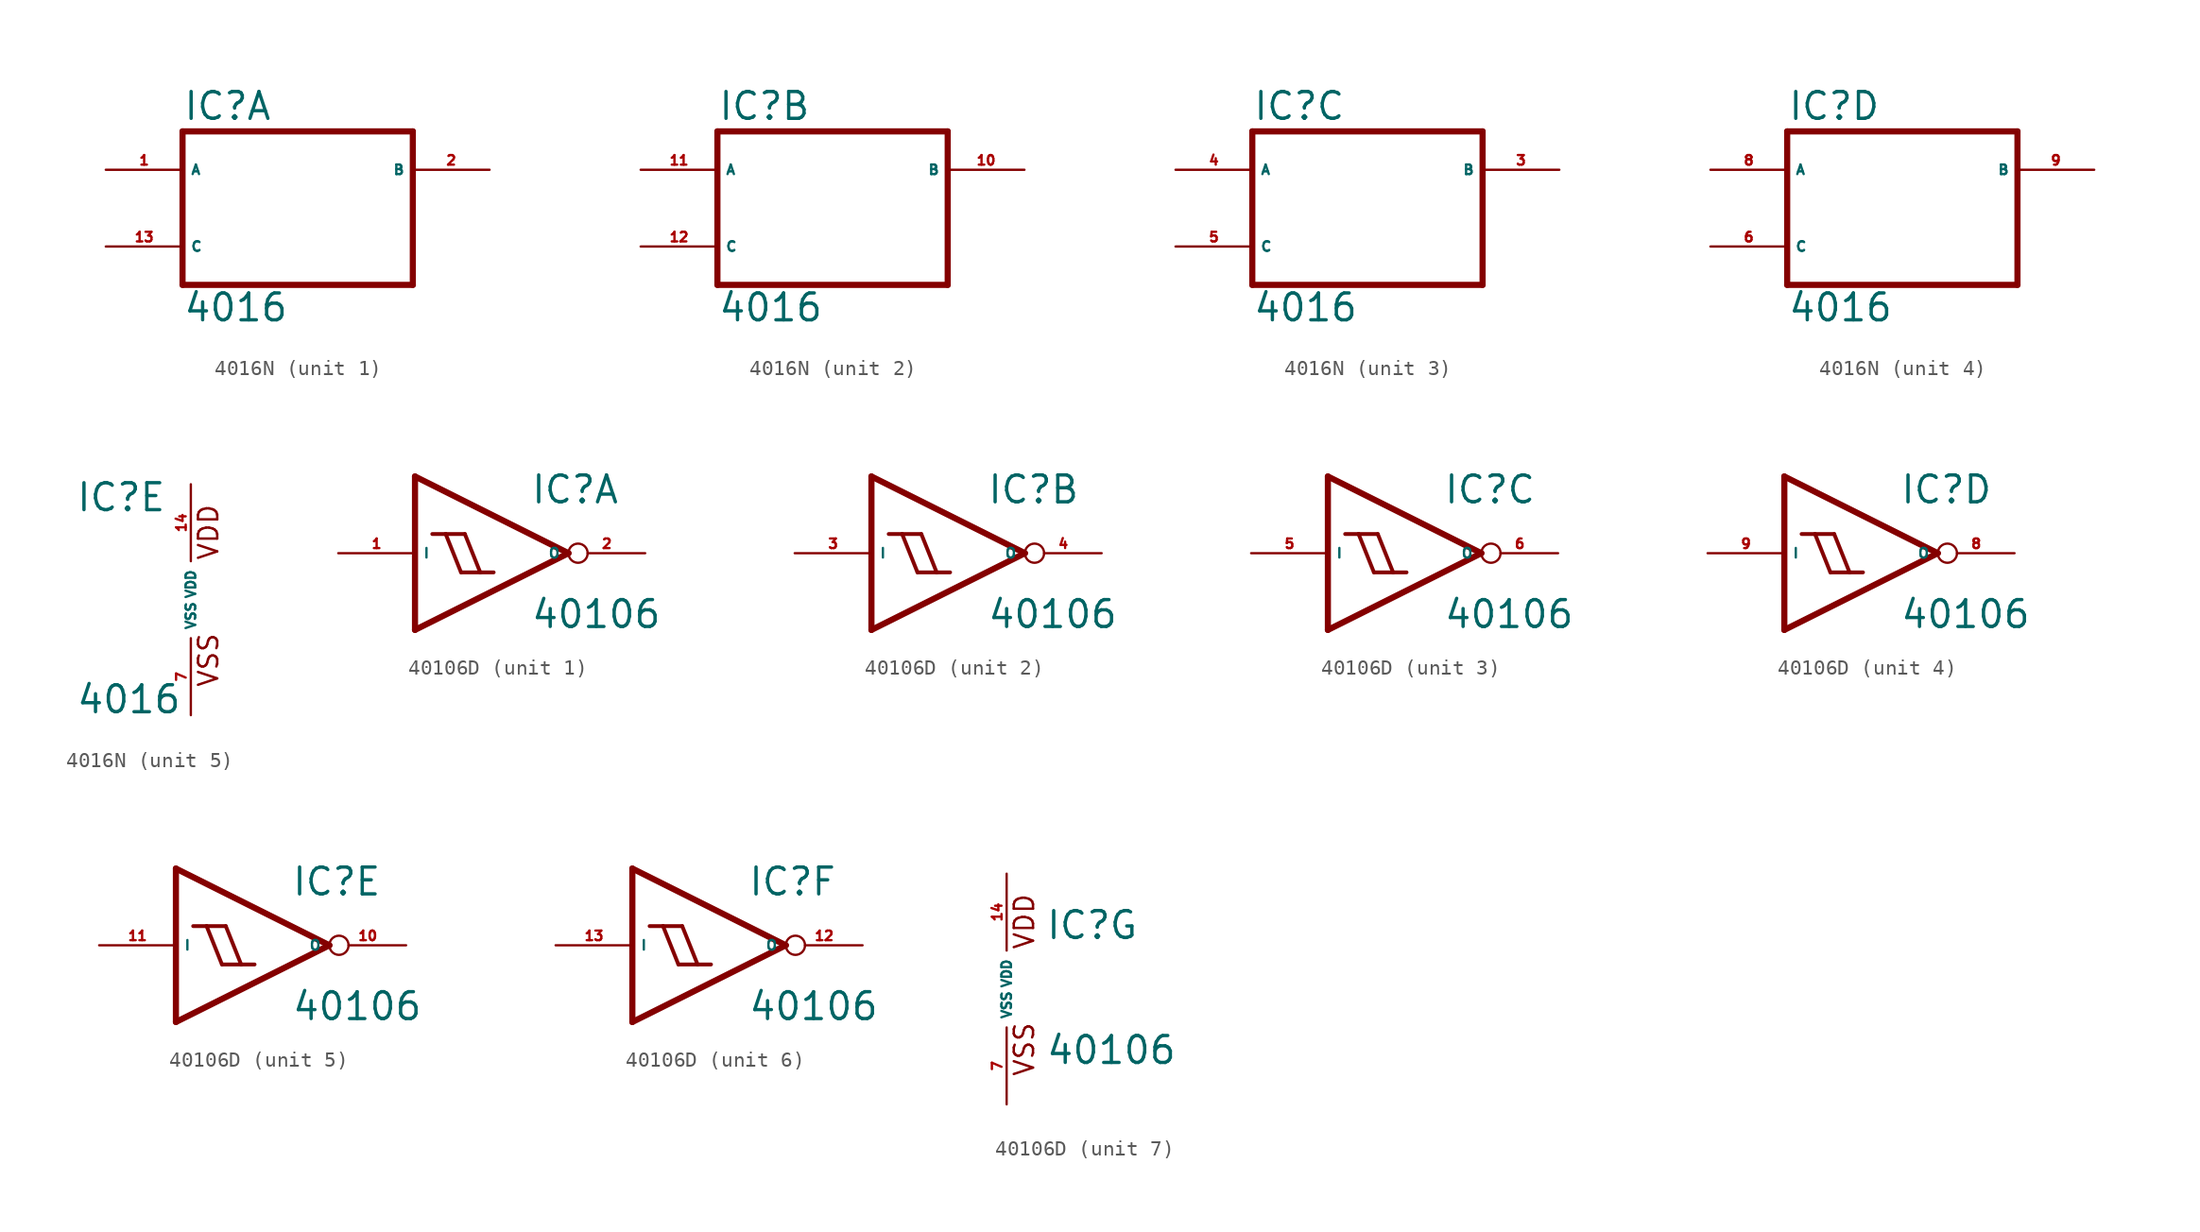
<source format=kicad_sym>
(kicad_symbol_lib
  (version 20220914)
  (generator Eagle2Kicad)
  (symbol "4016N"
    (property "Reference" "IC"
      (at -7.62 5.715 0)
      (effects (font (size 1.778 1.778) (thickness 0.22)) (justify left bottom)))
    (property "Value" "4016"
      (at -7.62 -7.62 0)
      (effects (font (size 1.778 1.778) (thickness 0.22)) (justify left bottom)))
    (symbol "4016N_1_0"
      (polyline (pts (xy -7.62 -5.08) (xy 7.62 -5.08)) (stroke (width 0.406) (type default)) (fill (type none)))
      (polyline (pts (xy 7.62 -5.08) (xy 7.62 5.08)) (stroke (width 0.406) (type default)) (fill (type none)))
      (polyline (pts (xy 7.62 5.08) (xy -7.62 5.08)) (stroke (width 0.406) (type default)) (fill (type none)))
      (polyline (pts (xy -7.62 5.08) (xy -7.62 -5.08)) (stroke (width 0.406) (type default)) (fill (type none)))
      (pin tri_state line (at -12.7 2.54 0) (length 5.08) (name "A" (effects (font (size 0.635 0.635) (thickness 0.08)) (justify left bottom))) (number "1" (effects (font (size 0.635 0.635) (thickness 0.08)) (justify left bottom))))
      (pin tri_state line (at 12.7 2.54 180) (length 5.08) (name "B" (effects (font (size 0.635 0.635) (thickness 0.08)) (justify left bottom))) (number "2" (effects (font (size 0.635 0.635) (thickness 0.08)) (justify left bottom))))
      (pin input line (at -12.7 -2.54 0) (length 5.08) (name "C" (effects (font (size 0.635 0.635) (thickness 0.08)) (justify left bottom))) (number "13" (effects (font (size 0.635 0.635) (thickness 0.08)) (justify left bottom)))))
    (symbol "4016N_2_0"
      (polyline (pts (xy -7.62 -5.08) (xy 7.62 -5.08)) (stroke (width 0.406) (type default)) (fill (type none)))
      (polyline (pts (xy 7.62 -5.08) (xy 7.62 5.08)) (stroke (width 0.406) (type default)) (fill (type none)))
      (polyline (pts (xy 7.62 5.08) (xy -7.62 5.08)) (stroke (width 0.406) (type default)) (fill (type none)))
      (polyline (pts (xy -7.62 5.08) (xy -7.62 -5.08)) (stroke (width 0.406) (type default)) (fill (type none)))
      (pin tri_state line (at -12.7 2.54 0) (length 5.08) (name "A" (effects (font (size 0.635 0.635) (thickness 0.08)) (justify left bottom))) (number "11" (effects (font (size 0.635 0.635) (thickness 0.08)) (justify left bottom))))
      (pin tri_state line (at 12.7 2.54 180) (length 5.08) (name "B" (effects (font (size 0.635 0.635) (thickness 0.08)) (justify left bottom))) (number "10" (effects (font (size 0.635 0.635) (thickness 0.08)) (justify left bottom))))
      (pin input line (at -12.7 -2.54 0) (length 5.08) (name "C" (effects (font (size 0.635 0.635) (thickness 0.08)) (justify left bottom))) (number "12" (effects (font (size 0.635 0.635) (thickness 0.08)) (justify left bottom)))))
    (symbol "4016N_3_0"
      (polyline (pts (xy -7.62 -5.08) (xy 7.62 -5.08)) (stroke (width 0.406) (type default)) (fill (type none)))
      (polyline (pts (xy 7.62 -5.08) (xy 7.62 5.08)) (stroke (width 0.406) (type default)) (fill (type none)))
      (polyline (pts (xy 7.62 5.08) (xy -7.62 5.08)) (stroke (width 0.406) (type default)) (fill (type none)))
      (polyline (pts (xy -7.62 5.08) (xy -7.62 -5.08)) (stroke (width 0.406) (type default)) (fill (type none)))
      (pin tri_state line (at -12.7 2.54 0) (length 5.08) (name "A" (effects (font (size 0.635 0.635) (thickness 0.08)) (justify left bottom))) (number "4" (effects (font (size 0.635 0.635) (thickness 0.08)) (justify left bottom))))
      (pin tri_state line (at 12.7 2.54 180) (length 5.08) (name "B" (effects (font (size 0.635 0.635) (thickness 0.08)) (justify left bottom))) (number "3" (effects (font (size 0.635 0.635) (thickness 0.08)) (justify left bottom))))
      (pin input line (at -12.7 -2.54 0) (length 5.08) (name "C" (effects (font (size 0.635 0.635) (thickness 0.08)) (justify left bottom))) (number "5" (effects (font (size 0.635 0.635) (thickness 0.08)) (justify left bottom)))))
    (symbol "4016N_4_0"
      (polyline (pts (xy -7.62 -5.08) (xy 7.62 -5.08)) (stroke (width 0.406) (type default)) (fill (type none)))
      (polyline (pts (xy 7.62 -5.08) (xy 7.62 5.08)) (stroke (width 0.406) (type default)) (fill (type none)))
      (polyline (pts (xy 7.62 5.08) (xy -7.62 5.08)) (stroke (width 0.406) (type default)) (fill (type none)))
      (polyline (pts (xy -7.62 5.08) (xy -7.62 -5.08)) (stroke (width 0.406) (type default)) (fill (type none)))
      (pin tri_state line (at -12.7 2.54 0) (length 5.08) (name "A" (effects (font (size 0.635 0.635) (thickness 0.08)) (justify left bottom))) (number "8" (effects (font (size 0.635 0.635) (thickness 0.08)) (justify left bottom))))
      (pin tri_state line (at 12.7 2.54 180) (length 5.08) (name "B" (effects (font (size 0.635 0.635) (thickness 0.08)) (justify left bottom))) (number "9" (effects (font (size 0.635 0.635) (thickness 0.08)) (justify left bottom))))
      (pin input line (at -12.7 -2.54 0) (length 5.08) (name "C" (effects (font (size 0.635 0.635) (thickness 0.08)) (justify left bottom))) (number "6" (effects (font (size 0.635 0.635) (thickness 0.08)) (justify left bottom)))))
    (symbol "4016N_5_0"
      (text "VDD" (at 1.905 2.54 900) (effects (font (size 1.27 1.27) (thickness 0.16)) (justify left bottom)))
      (text "VSS" (at 1.905 -5.842 900) (effects (font (size 1.27 1.27) (thickness 0.16)) (justify left bottom)))
      (pin unspecified line (at 0 -7.62 90) (length 5.08) (name "VSS" (effects (font (size 0.635 0.635) (thickness 0.08)) (justify left bottom))) (number "7" (effects (font (size 0.635 0.635) (thickness 0.08)) (justify left bottom))))
      (pin unspecified line (at 0 7.62 270) (length 5.08) (name "VDD" (effects (font (size 0.635 0.635) (thickness 0.08)) (justify left bottom))) (number "14" (effects (font (size 0.635 0.635) (thickness 0.08)) (justify left bottom))))))
  (symbol "40106D"
    (property "Reference" "IC"
      (at 2.54 3.175 0)
      (effects (font (size 1.778 1.778) (thickness 0.22)) (justify left bottom)))
    (property "Value" "40106"
      (at 2.54 -5.08 0)
      (effects (font (size 1.778 1.778) (thickness 0.22)) (justify left bottom)))
    (symbol "40106D_1_0"
      (polyline (pts (xy -5.08 5.08) (xy 5.08 0)) (stroke (width 0.406) (type default)) (fill (type none)))
      (polyline (pts (xy 5.08 0) (xy -5.08 -5.08)) (stroke (width 0.406) (type default)) (fill (type none)))
      (polyline (pts (xy -5.08 -5.08) (xy -5.08 5.08)) (stroke (width 0.406) (type default)) (fill (type none)))
      (polyline (pts (xy -0.762 -1.27) (xy -1.778 1.27)) (stroke (width 0.254) (type default)) (fill (type none)))
      (polyline (pts (xy -2.032 -1.27) (xy -3.048 1.27)) (stroke (width 0.254) (type default)) (fill (type none)))
      (polyline (pts (xy -2.032 -1.27) (xy -0.762 -1.27)) (stroke (width 0.254) (type default)) (fill (type none)))
      (polyline (pts (xy -0.762 -1.27) (xy 0.127 -1.27)) (stroke (width 0.254) (type default)) (fill (type none)))
      (polyline (pts (xy -3.937 1.27) (xy -3.048 1.27)) (stroke (width 0.254) (type default)) (fill (type none)))
      (polyline (pts (xy -3.048 1.27) (xy -1.778 1.27)) (stroke (width 0.254) (type default)) (fill (type none)))
      (pin input line (at -10.16 0 0) (length 5.08) (name "I" (effects (font (size 0.635 0.635) (thickness 0.08)) (justify left bottom))) (number "1" (effects (font (size 0.635 0.635) (thickness 0.08)) (justify left bottom))))
      (pin output inverted (at 10.16 0 180) (length 5.08) (name "O" (effects (font (size 0.635 0.635) (thickness 0.08)) (justify left bottom))) (number "2" (effects (font (size 0.635 0.635) (thickness 0.08)) (justify left bottom)))))
    (symbol "40106D_2_0"
      (polyline (pts (xy -5.08 5.08) (xy 5.08 0)) (stroke (width 0.406) (type default)) (fill (type none)))
      (polyline (pts (xy 5.08 0) (xy -5.08 -5.08)) (stroke (width 0.406) (type default)) (fill (type none)))
      (polyline (pts (xy -5.08 -5.08) (xy -5.08 5.08)) (stroke (width 0.406) (type default)) (fill (type none)))
      (polyline (pts (xy -0.762 -1.27) (xy -1.778 1.27)) (stroke (width 0.254) (type default)) (fill (type none)))
      (polyline (pts (xy -2.032 -1.27) (xy -3.048 1.27)) (stroke (width 0.254) (type default)) (fill (type none)))
      (polyline (pts (xy -2.032 -1.27) (xy -0.762 -1.27)) (stroke (width 0.254) (type default)) (fill (type none)))
      (polyline (pts (xy -0.762 -1.27) (xy 0.127 -1.27)) (stroke (width 0.254) (type default)) (fill (type none)))
      (polyline (pts (xy -3.937 1.27) (xy -3.048 1.27)) (stroke (width 0.254) (type default)) (fill (type none)))
      (polyline (pts (xy -3.048 1.27) (xy -1.778 1.27)) (stroke (width 0.254) (type default)) (fill (type none)))
      (pin input line (at -10.16 0 0) (length 5.08) (name "I" (effects (font (size 0.635 0.635) (thickness 0.08)) (justify left bottom))) (number "3" (effects (font (size 0.635 0.635) (thickness 0.08)) (justify left bottom))))
      (pin output inverted (at 10.16 0 180) (length 5.08) (name "O" (effects (font (size 0.635 0.635) (thickness 0.08)) (justify left bottom))) (number "4" (effects (font (size 0.635 0.635) (thickness 0.08)) (justify left bottom)))))
    (symbol "40106D_3_0"
      (polyline (pts (xy -5.08 5.08) (xy 5.08 0)) (stroke (width 0.406) (type default)) (fill (type none)))
      (polyline (pts (xy 5.08 0) (xy -5.08 -5.08)) (stroke (width 0.406) (type default)) (fill (type none)))
      (polyline (pts (xy -5.08 -5.08) (xy -5.08 5.08)) (stroke (width 0.406) (type default)) (fill (type none)))
      (polyline (pts (xy -0.762 -1.27) (xy -1.778 1.27)) (stroke (width 0.254) (type default)) (fill (type none)))
      (polyline (pts (xy -2.032 -1.27) (xy -3.048 1.27)) (stroke (width 0.254) (type default)) (fill (type none)))
      (polyline (pts (xy -2.032 -1.27) (xy -0.762 -1.27)) (stroke (width 0.254) (type default)) (fill (type none)))
      (polyline (pts (xy -0.762 -1.27) (xy 0.127 -1.27)) (stroke (width 0.254) (type default)) (fill (type none)))
      (polyline (pts (xy -3.937 1.27) (xy -3.048 1.27)) (stroke (width 0.254) (type default)) (fill (type none)))
      (polyline (pts (xy -3.048 1.27) (xy -1.778 1.27)) (stroke (width 0.254) (type default)) (fill (type none)))
      (pin input line (at -10.16 0 0) (length 5.08) (name "I" (effects (font (size 0.635 0.635) (thickness 0.08)) (justify left bottom))) (number "5" (effects (font (size 0.635 0.635) (thickness 0.08)) (justify left bottom))))
      (pin output inverted (at 10.16 0 180) (length 5.08) (name "O" (effects (font (size 0.635 0.635) (thickness 0.08)) (justify left bottom))) (number "6" (effects (font (size 0.635 0.635) (thickness 0.08)) (justify left bottom)))))
    (symbol "40106D_4_0"
      (polyline (pts (xy -5.08 5.08) (xy 5.08 0)) (stroke (width 0.406) (type default)) (fill (type none)))
      (polyline (pts (xy 5.08 0) (xy -5.08 -5.08)) (stroke (width 0.406) (type default)) (fill (type none)))
      (polyline (pts (xy -5.08 -5.08) (xy -5.08 5.08)) (stroke (width 0.406) (type default)) (fill (type none)))
      (polyline (pts (xy -0.762 -1.27) (xy -1.778 1.27)) (stroke (width 0.254) (type default)) (fill (type none)))
      (polyline (pts (xy -2.032 -1.27) (xy -3.048 1.27)) (stroke (width 0.254) (type default)) (fill (type none)))
      (polyline (pts (xy -2.032 -1.27) (xy -0.762 -1.27)) (stroke (width 0.254) (type default)) (fill (type none)))
      (polyline (pts (xy -0.762 -1.27) (xy 0.127 -1.27)) (stroke (width 0.254) (type default)) (fill (type none)))
      (polyline (pts (xy -3.937 1.27) (xy -3.048 1.27)) (stroke (width 0.254) (type default)) (fill (type none)))
      (polyline (pts (xy -3.048 1.27) (xy -1.778 1.27)) (stroke (width 0.254) (type default)) (fill (type none)))
      (pin input line (at -10.16 0 0) (length 5.08) (name "I" (effects (font (size 0.635 0.635) (thickness 0.08)) (justify left bottom))) (number "9" (effects (font (size 0.635 0.635) (thickness 0.08)) (justify left bottom))))
      (pin output inverted (at 10.16 0 180) (length 5.08) (name "O" (effects (font (size 0.635 0.635) (thickness 0.08)) (justify left bottom))) (number "8" (effects (font (size 0.635 0.635) (thickness 0.08)) (justify left bottom)))))
    (symbol "40106D_5_0"
      (polyline (pts (xy -5.08 5.08) (xy 5.08 0)) (stroke (width 0.406) (type default)) (fill (type none)))
      (polyline (pts (xy 5.08 0) (xy -5.08 -5.08)) (stroke (width 0.406) (type default)) (fill (type none)))
      (polyline (pts (xy -5.08 -5.08) (xy -5.08 5.08)) (stroke (width 0.406) (type default)) (fill (type none)))
      (polyline (pts (xy -0.762 -1.27) (xy -1.778 1.27)) (stroke (width 0.254) (type default)) (fill (type none)))
      (polyline (pts (xy -2.032 -1.27) (xy -3.048 1.27)) (stroke (width 0.254) (type default)) (fill (type none)))
      (polyline (pts (xy -2.032 -1.27) (xy -0.762 -1.27)) (stroke (width 0.254) (type default)) (fill (type none)))
      (polyline (pts (xy -0.762 -1.27) (xy 0.127 -1.27)) (stroke (width 0.254) (type default)) (fill (type none)))
      (polyline (pts (xy -3.937 1.27) (xy -3.048 1.27)) (stroke (width 0.254) (type default)) (fill (type none)))
      (polyline (pts (xy -3.048 1.27) (xy -1.778 1.27)) (stroke (width 0.254) (type default)) (fill (type none)))
      (pin input line (at -10.16 0 0) (length 5.08) (name "I" (effects (font (size 0.635 0.635) (thickness 0.08)) (justify left bottom))) (number "11" (effects (font (size 0.635 0.635) (thickness 0.08)) (justify left bottom))))
      (pin output inverted (at 10.16 0 180) (length 5.08) (name "O" (effects (font (size 0.635 0.635) (thickness 0.08)) (justify left bottom))) (number "10" (effects (font (size 0.635 0.635) (thickness 0.08)) (justify left bottom)))))
    (symbol "40106D_6_0"
      (polyline (pts (xy -5.08 5.08) (xy 5.08 0)) (stroke (width 0.406) (type default)) (fill (type none)))
      (polyline (pts (xy 5.08 0) (xy -5.08 -5.08)) (stroke (width 0.406) (type default)) (fill (type none)))
      (polyline (pts (xy -5.08 -5.08) (xy -5.08 5.08)) (stroke (width 0.406) (type default)) (fill (type none)))
      (polyline (pts (xy -0.762 -1.27) (xy -1.778 1.27)) (stroke (width 0.254) (type default)) (fill (type none)))
      (polyline (pts (xy -2.032 -1.27) (xy -3.048 1.27)) (stroke (width 0.254) (type default)) (fill (type none)))
      (polyline (pts (xy -2.032 -1.27) (xy -0.762 -1.27)) (stroke (width 0.254) (type default)) (fill (type none)))
      (polyline (pts (xy -0.762 -1.27) (xy 0.127 -1.27)) (stroke (width 0.254) (type default)) (fill (type none)))
      (polyline (pts (xy -3.937 1.27) (xy -3.048 1.27)) (stroke (width 0.254) (type default)) (fill (type none)))
      (polyline (pts (xy -3.048 1.27) (xy -1.778 1.27)) (stroke (width 0.254) (type default)) (fill (type none)))
      (pin input line (at -10.16 0 0) (length 5.08) (name "I" (effects (font (size 0.635 0.635) (thickness 0.08)) (justify left bottom))) (number "13" (effects (font (size 0.635 0.635) (thickness 0.08)) (justify left bottom))))
      (pin output inverted (at 10.16 0 180) (length 5.08) (name "O" (effects (font (size 0.635 0.635) (thickness 0.08)) (justify left bottom))) (number "12" (effects (font (size 0.635 0.635) (thickness 0.08)) (justify left bottom)))))
    (symbol "40106D_7_0"
      (text "VDD" (at 1.905 2.54 900) (effects (font (size 1.27 1.27) (thickness 0.16)) (justify left bottom)))
      (text "VSS" (at 1.905 -5.842 900) (effects (font (size 1.27 1.27) (thickness 0.16)) (justify left bottom)))
      (pin unspecified line (at 0 -7.62 90) (length 5.08) (name "VSS" (effects (font (size 0.635 0.635) (thickness 0.08)) (justify left bottom))) (number "7" (effects (font (size 0.635 0.635) (thickness 0.08)) (justify left bottom))))
      (pin unspecified line (at 0 7.62 270) (length 5.08) (name "VDD" (effects (font (size 0.635 0.635) (thickness 0.08)) (justify left bottom))) (number "14" (effects (font (size 0.635 0.635) (thickness 0.08)) (justify left bottom)))))))
</source>
